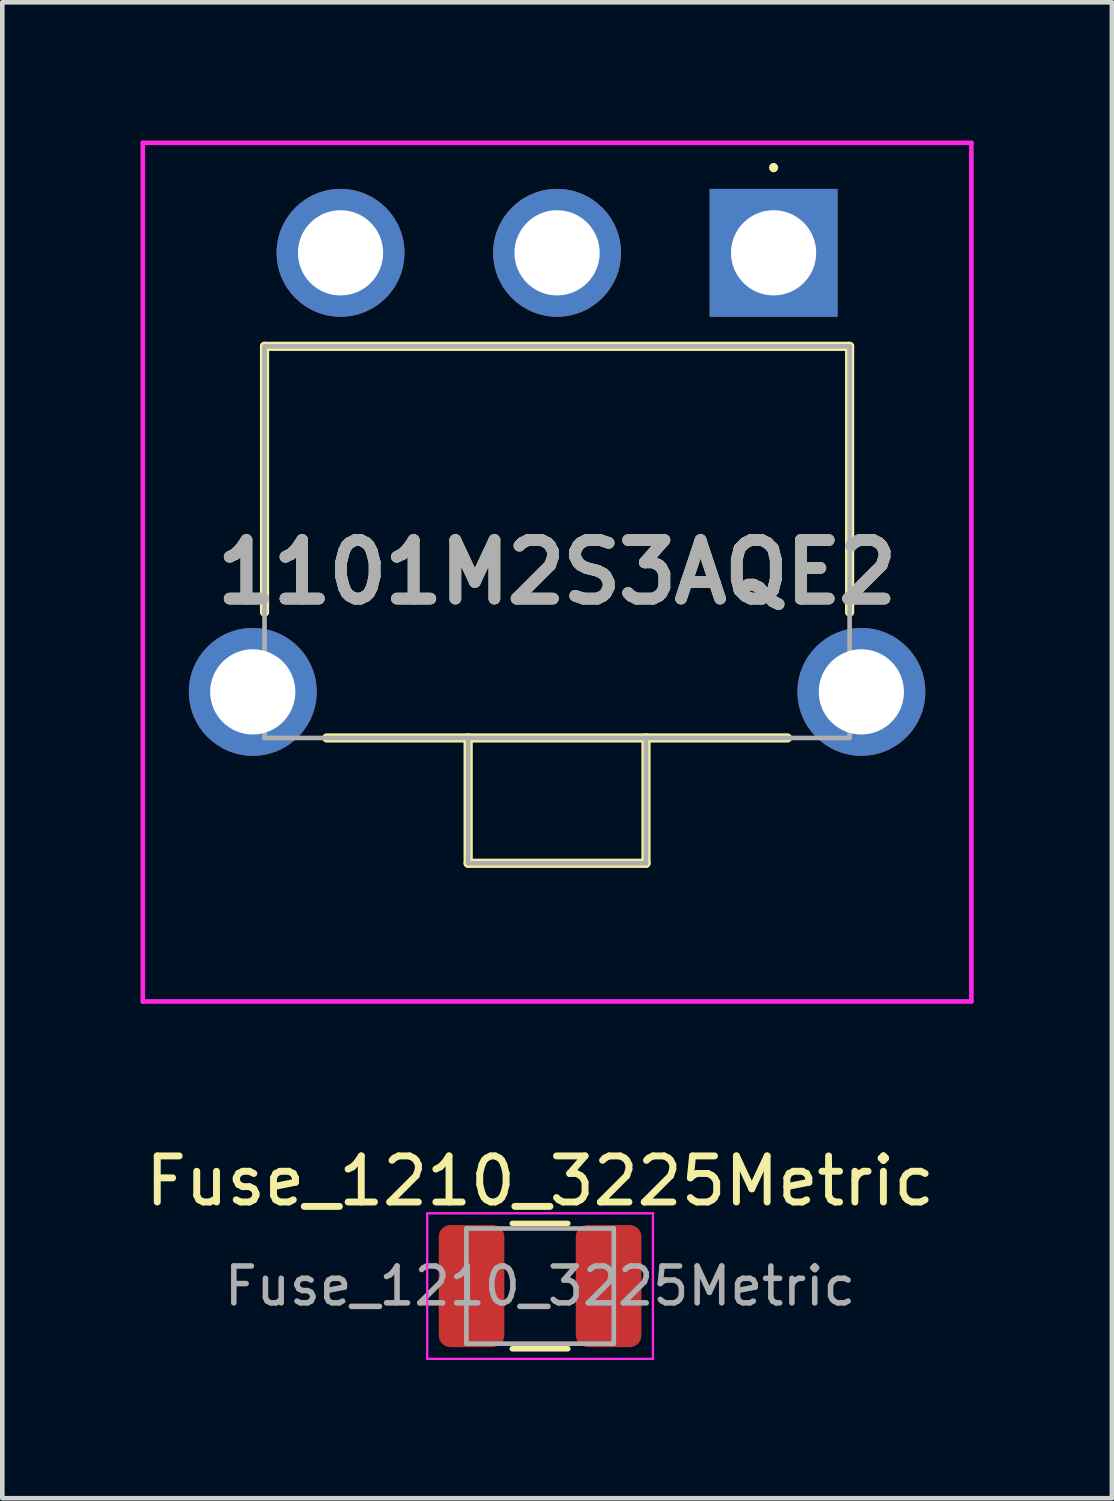
<source format=kicad_pcb>
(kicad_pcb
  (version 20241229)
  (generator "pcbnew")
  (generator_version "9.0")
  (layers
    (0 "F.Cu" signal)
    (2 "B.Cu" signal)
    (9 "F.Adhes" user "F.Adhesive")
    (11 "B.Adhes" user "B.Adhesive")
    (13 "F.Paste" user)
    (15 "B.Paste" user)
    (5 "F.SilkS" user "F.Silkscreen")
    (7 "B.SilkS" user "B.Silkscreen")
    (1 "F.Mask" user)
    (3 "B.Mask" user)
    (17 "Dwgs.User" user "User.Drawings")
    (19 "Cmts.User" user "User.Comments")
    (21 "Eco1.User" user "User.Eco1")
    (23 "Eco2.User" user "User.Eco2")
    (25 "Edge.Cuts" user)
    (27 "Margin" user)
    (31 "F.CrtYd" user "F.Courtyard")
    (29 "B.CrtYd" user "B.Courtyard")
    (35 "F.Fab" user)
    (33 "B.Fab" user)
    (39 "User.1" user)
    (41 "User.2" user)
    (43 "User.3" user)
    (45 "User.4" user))
  (footprint "Fuse_1210_3225Metric"
    (layer "F.Cu")
    (at 8.673 24.866)
    (property "Reference" "Fuse_1210_3225Metric" (at 0 -2.28 0) (layer "F.SilkS") (effects (font (size 1 1) (thickness 0.15))))
    (attr smd)
    (fp_line (start -0.602 -1.36) (end 0.602 -1.36) (stroke (width 0.12) (type solid)) (layer "F.SilkS"))
    (fp_line (start -0.602 1.36) (end 0.602 1.36) (stroke (width 0.12) (type solid)) (layer "F.SilkS"))
    (fp_line (start -2.45 -1.58) (end 2.45 -1.58) (stroke (width 0.05) (type solid)) (layer "F.CrtYd"))
    (fp_line (start -2.45 1.58) (end -2.45 -1.58) (stroke (width 0.05) (type solid)) (layer "F.CrtYd"))
    (fp_line (start 2.45 -1.58) (end 2.45 1.58) (stroke (width 0.05) (type solid)) (layer "F.CrtYd"))
    (fp_line (start 2.45 1.58) (end -2.45 1.58) (stroke (width 0.05) (type solid)) (layer "F.CrtYd"))
    (fp_line (start -1.6 -1.25) (end 1.6 -1.25) (stroke (width 0.1) (type solid)) (layer "F.Fab"))
    (fp_line (start -1.6 1.25) (end -1.6 -1.25) (stroke (width 0.1) (type solid)) (layer "F.Fab"))
    (fp_line (start 1.6 -1.25) (end 1.6 1.25) (stroke (width 0.1) (type solid)) (layer "F.Fab"))
    (fp_line (start 1.6 1.25) (end -1.6 1.25) (stroke (width 0.1) (type solid)) (layer "F.Fab"))
    (fp_text user "${REFERENCE}" (at 0 0 0) (layer "F.Fab") (effects (font (size 0.8 0.8) (thickness 0.12))))
    (pad "1" smd roundrect (at -1.488 0) (size 1.425 2.65) (layers "F.Cu" "F.Mask" "F.Paste") (roundrect_rratio 0.175))
    (pad "2" smd roundrect (at 1.488 0) (size 1.425 2.65) (layers "F.Cu" "F.Mask" "F.Paste") (roundrect_rratio 0.175)))
  (footprint "1101M2S3AQE2"
    (layer "F.Cu")
    (at 13.742 2.438)
    (property "Reference" "1101M2S3AQE2" (at -4.7 6.931 0) (layer "F.SilkS") (effects (font (size 1.27 1.27) (thickness 0.254))))
    (attr through_hole)
    (fp_line (start -11.05 2.03) (end 1.65 2.03) (stroke (width 0.2) (type solid)) (layer "F.SilkS"))
    (fp_line (start -11.05 7.8) (end -11.05 2.03) (stroke (width 0.2) (type solid)) (layer "F.SilkS"))
    (fp_line (start -9.7 10.53) (end 0.3 10.53) (stroke (width 0.2) (type solid)) (layer "F.SilkS"))
    (fp_line (start -6.63 10.53) (end -6.63 13.25) (stroke (width 0.2) (type solid)) (layer "F.SilkS"))
    (fp_line (start -6.63 13.25) (end -2.77 13.25) (stroke (width 0.2) (type solid)) (layer "F.SilkS"))
    (fp_line (start -2.77 13.25) (end -2.77 10.53) (stroke (width 0.2) (type solid)) (layer "F.SilkS"))
    (fp_line (start 0 -1.9) (end 0 -1.9) (stroke (width 0.1) (type solid)) (layer "F.SilkS"))
    (fp_line (start 0 -1.8) (end 0 -1.8) (stroke (width 0.1) (type solid)) (layer "F.SilkS"))
    (fp_line (start 1.65 2.03) (end 1.65 7.8) (stroke (width 0.2) (type solid)) (layer "F.SilkS"))
    (fp_arc (start 0 -1.9) (mid 0.05 -1.85) (end 0 -1.8) (stroke (width 0.1) (type solid)) (layer "F.SilkS"))
    (fp_arc (start 0 -1.8) (mid -0.05 -1.85) (end 0 -1.9) (stroke (width 0.1) (type solid)) (layer "F.SilkS"))
    (fp_line (start -13.692 -2.388) (end 4.293 -2.388) (stroke (width 0.1) (type solid)) (layer "F.CrtYd"))
    (fp_line (start -13.692 16.25) (end -13.692 -2.388) (stroke (width 0.1) (type solid)) (layer "F.CrtYd"))
    (fp_line (start 4.293 -2.388) (end 4.293 16.25) (stroke (width 0.1) (type solid)) (layer "F.CrtYd"))
    (fp_line (start 4.293 16.25) (end -13.692 16.25) (stroke (width 0.1) (type solid)) (layer "F.CrtYd"))
    (fp_line (start -11.05 2.03) (end 1.65 2.03) (stroke (width 0.1) (type solid)) (layer "F.Fab"))
    (fp_line (start -11.05 10.53) (end -11.05 2.03) (stroke (width 0.1) (type solid)) (layer "F.Fab"))
    (fp_line (start -6.63 10.53) (end -6.63 13.25) (stroke (width 0.1) (type solid)) (layer "F.Fab"))
    (fp_line (start -6.63 13.25) (end -2.77 13.25) (stroke (width 0.1) (type solid)) (layer "F.Fab"))
    (fp_line (start -2.77 13.25) (end -2.77 10.53) (stroke (width 0.1) (type solid)) (layer "F.Fab"))
    (fp_line (start 1.65 2.03) (end 1.65 10.53) (stroke (width 0.1) (type solid)) (layer "F.Fab"))
    (fp_line (start 1.65 10.53) (end -11.05 10.53) (stroke (width 0.1) (type solid)) (layer "F.Fab"))
    (fp_text user "${REFERENCE}" (at -4.7 6.931 0) (layer "F.Fab") (effects (font (size 1.27 1.27) (thickness 0.254))))
    (pad "1" thru_hole rect (at 0 0) (size 2.775 2.775) (drill 1.85) (layers "*.Cu" "*.Mask"))
    (pad "2" thru_hole circle (at -4.7 0) (size 2.775 2.775) (drill 1.85) (layers "*.Cu" "*.Mask"))
    (pad "3" thru_hole circle (at -9.4 0) (size 2.775 2.775) (drill 1.85) (layers "*.Cu" "*.Mask"))
    (pad "MH1" thru_hole circle (at 1.905 9.53) (size 2.775 2.775) (drill 1.85) (layers "*.Cu" "*.Mask"))
    (pad "MH2" thru_hole circle (at -11.305 9.53) (size 2.775 2.775) (drill 1.85) (layers "*.Cu" "*.Mask")))
  (gr_rect
    (start -3 -3)
    (end 21.085 29.471)
    (stroke (width 0.1) (type default))
    (fill no)
    (layer "Edge.Cuts")))
</source>
